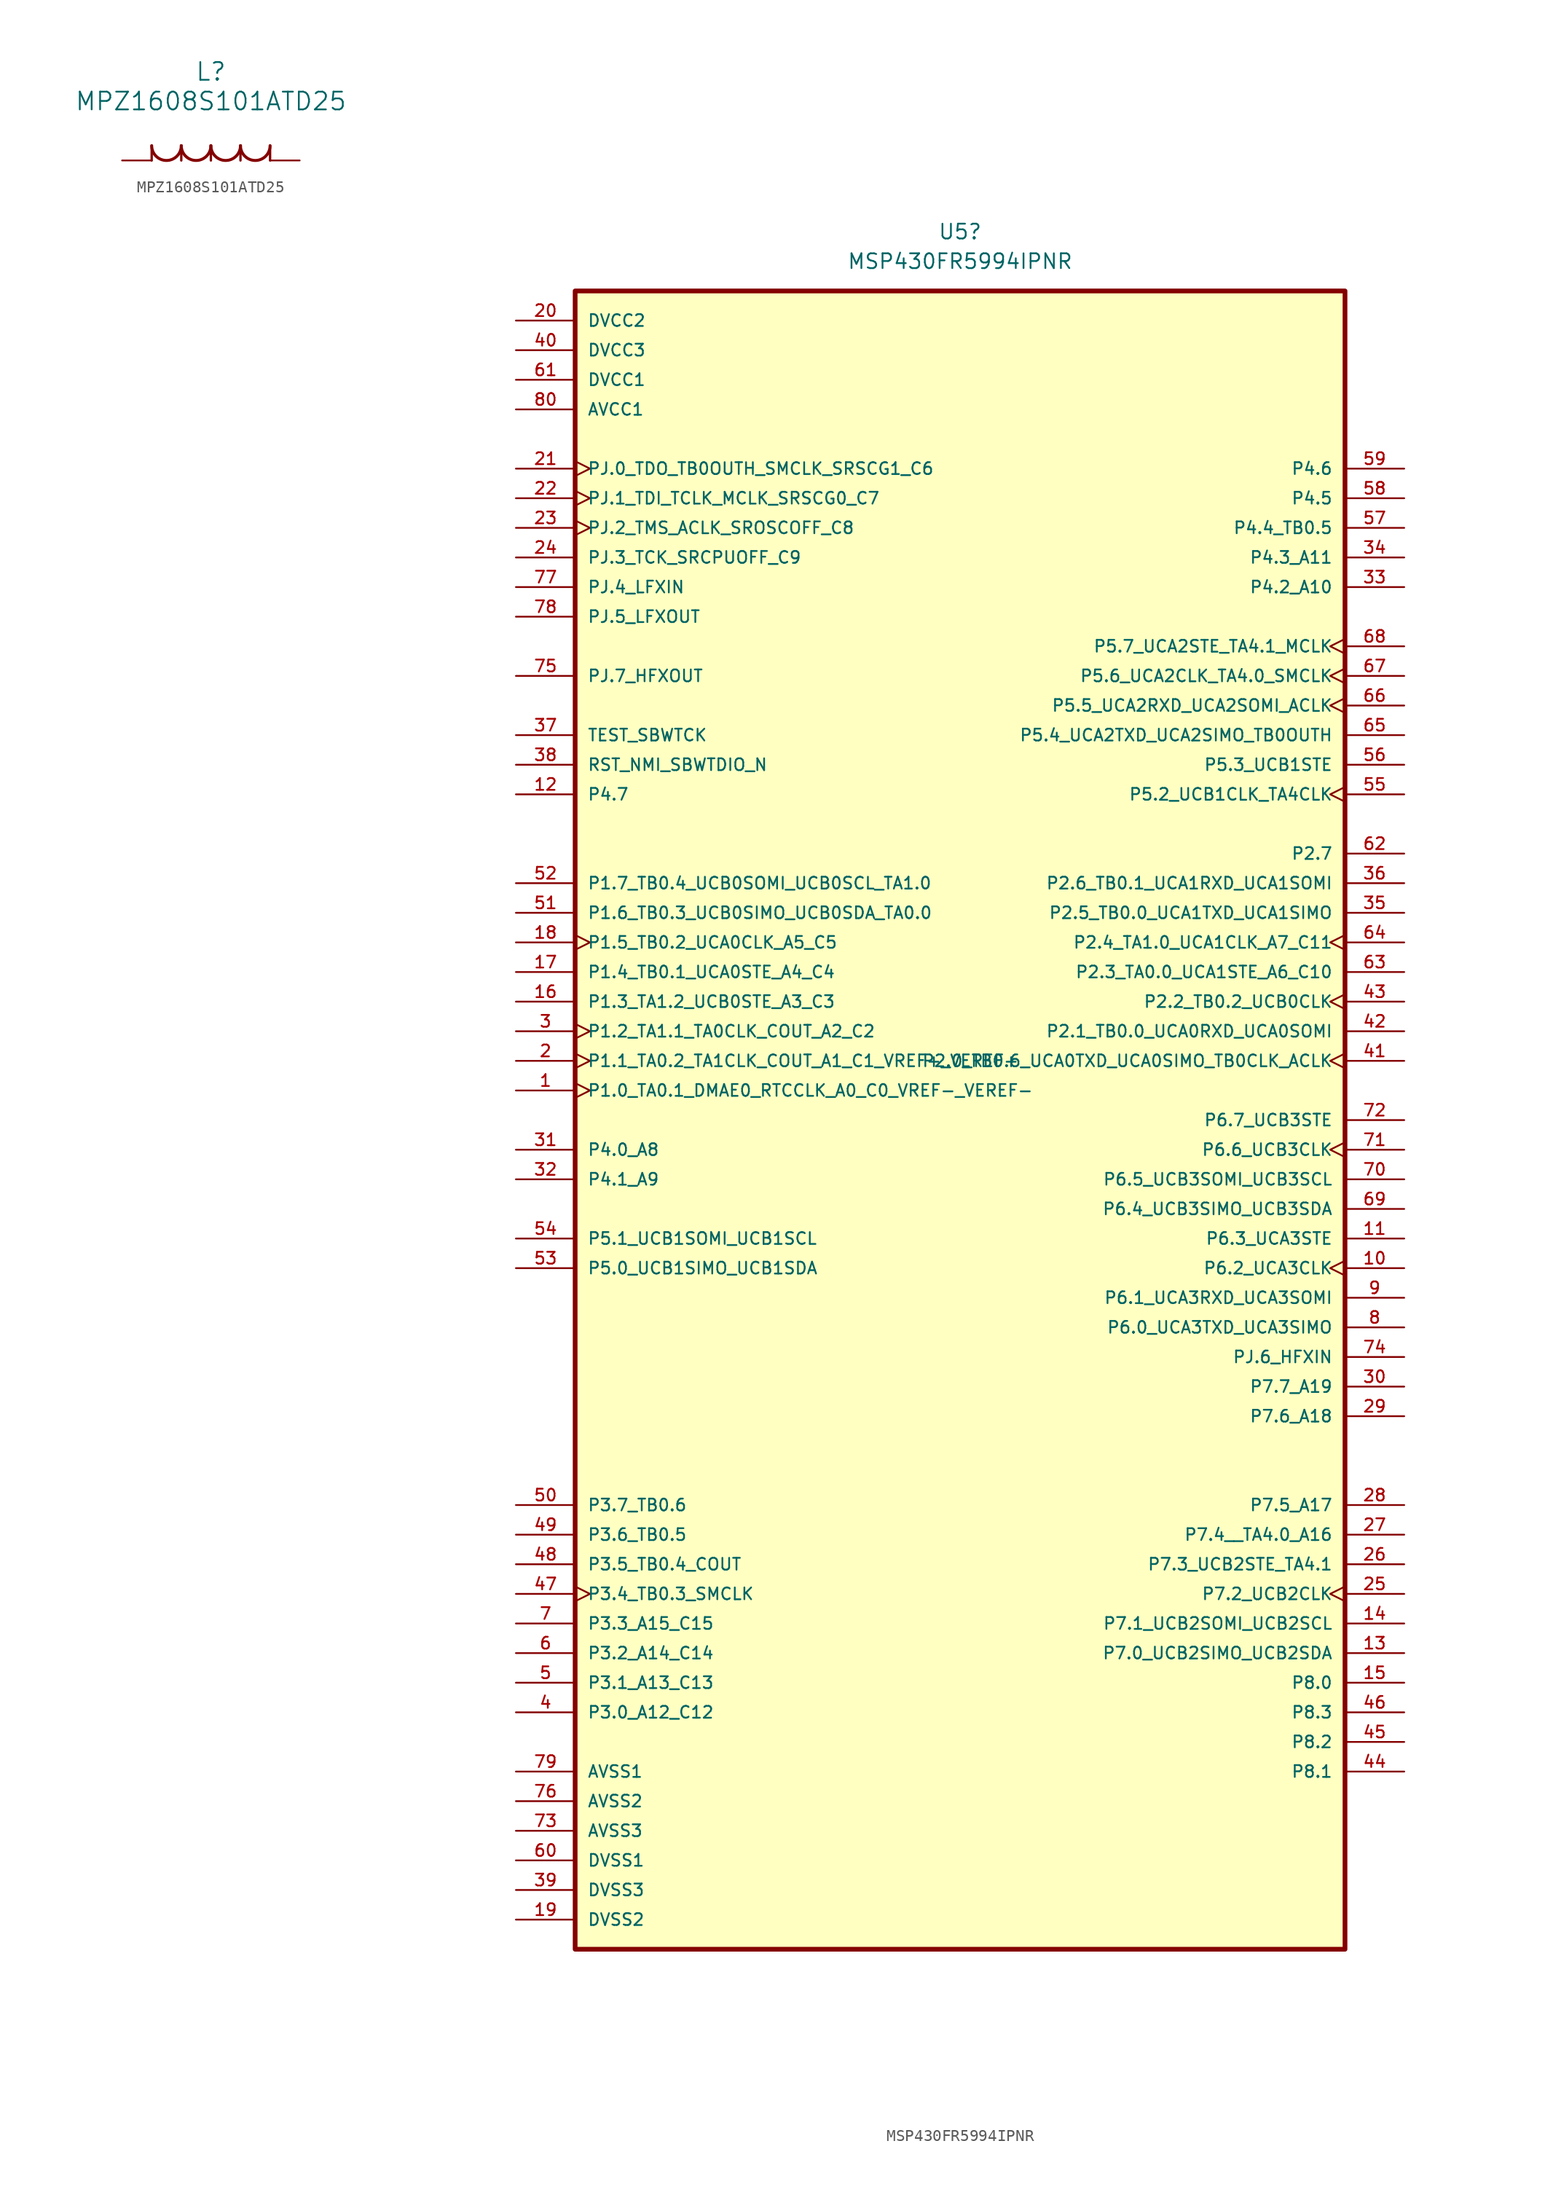
<source format=kicad_sym>
(kicad_symbol_lib
  (version 20220914)
  (generator kicad_symbol_editor)
  (symbol "MPZ1608S101ATD25"
    (pin_numbers hide)
    (pin_names
      (offset 1.651) hide)
    (property "Reference" "L"
      (at 7.62 7.62 0)
      (effects (font (size 1.524 1.524))))
    (property "Value" "MPZ1608S101ATD25"
      (at 7.62 5.08 0)
      (effects (font (size 1.524 1.524))))
    (property "Datasheet" ""
      (at 0 0 0)
      (effects (font (size 1.524 1.524))))
    (symbol "MPZ1608S101ATD25_1_1"
      (polyline (pts (xy 2.54 0) (xy 2.54 1.27)) (stroke (width 0.203) (type default)) (fill (type none)))
      (polyline (pts (xy 5.08 0) (xy 5.08 1.27)) (stroke (width 0.203) (type default)) (fill (type none)))
      (polyline (pts (xy 7.62 0) (xy 7.62 1.27)) (stroke (width 0.203) (type default)) (fill (type none)))
      (polyline (pts (xy 10.16 0) (xy 10.16 1.27)) (stroke (width 0.203) (type default)) (fill (type none)))
      (polyline (pts (xy 12.7 0) (xy 12.7 1.27)) (stroke (width 0.203) (type default)) (fill (type none)))
      (arc (start 2.54 1.27) (mid 3.81 0.0055) (end 5.08 1.27) (stroke (width 0.254) (type default)) (fill (type none)))
      (arc (start 5.08 1.27) (mid 6.35 0.0055) (end 7.62 1.27) (stroke (width 0.254) (type default)) (fill (type none)))
      (arc (start 7.62 1.27) (mid 8.89 0.0055) (end 10.16 1.27) (stroke (width 0.254) (type default)) (fill (type none)))
      (arc (start 10.16 1.27) (mid 11.43 0.0055) (end 12.7 1.27) (stroke (width 0.254) (type default)) (fill (type none)))
      (pin passive line (at 15.24 0 180) (length 2.54) (name "1" (effects (font (size 1.499 1.499)))) (number "1" (effects (font (size 1.499 1.499)))))
      (pin passive line (at 0 0 0) (length 2.54) (name "2" (effects (font (size 1.499 1.499)))) (number "2" (effects (font (size 1.499 1.499)))))))
  (symbol "MSP430FR5994IPNR"
    (pin_names
      (offset 1.016))
    (property "Reference" "U5"
      (at 0 71.12 0)
      (effects (font (size 1.27 1.27))))
    (property "Value" "MSP430FR5994IPNR"
      (at 0 68.58 0)
      (effects (font (size 1.27 1.27))))
    (symbol "MSP430FR5994IPNR_0_0"
      (rectangle (start -33.02 66.04) (end 33.02 -76.2) (stroke (width 0.406) (type default)) (fill (type background)))
      (pin bidirectional clock (at -38.1 -2.54 0) (length 5.08) (name "P1.0_TA0.1_DMAE0_RTCCLK_A0_C0_VREF-_VEREF-" (effects (font (size 1.016 1.016)))) (number "1" (effects (font (size 1.016 1.016)))))
      (pin bidirectional clock (at 38.1 -17.78 180) (length 5.08) (name "P6.2_UCA3CLK" (effects (font (size 1.016 1.016)))) (number "10" (effects (font (size 1.016 1.016)))))
      (pin bidirectional line (at 38.1 -15.24 180) (length 5.08) (name "P6.3_UCA3STE" (effects (font (size 1.016 1.016)))) (number "11" (effects (font (size 1.016 1.016)))))
      (pin bidirectional line (at -38.1 22.86 0) (length 5.08) (name "P4.7" (effects (font (size 1.016 1.016)))) (number "12" (effects (font (size 1.016 1.016)))))
      (pin bidirectional line (at 38.1 -50.8 180) (length 5.08) (name "P7.0_UCB2SIMO_UCB2SDA" (effects (font (size 1.016 1.016)))) (number "13" (effects (font (size 1.016 1.016)))))
      (pin bidirectional line (at 38.1 -48.26 180) (length 5.08) (name "P7.1_UCB2SOMI_UCB2SCL" (effects (font (size 1.016 1.016)))) (number "14" (effects (font (size 1.016 1.016)))))
      (pin bidirectional line (at 38.1 -53.34 180) (length 5.08) (name "P8.0" (effects (font (size 1.016 1.016)))) (number "15" (effects (font (size 1.016 1.016)))))
      (pin bidirectional line (at -38.1 5.08 0) (length 5.08) (name "P1.3_TA1.2_UCB0STE_A3_C3" (effects (font (size 1.016 1.016)))) (number "16" (effects (font (size 1.016 1.016)))))
      (pin bidirectional line (at -38.1 7.62 0) (length 5.08) (name "P1.4_TB0.1_UCA0STE_A4_C4" (effects (font (size 1.016 1.016)))) (number "17" (effects (font (size 1.016 1.016)))))
      (pin bidirectional clock (at -38.1 10.16 0) (length 5.08) (name "P1.5_TB0.2_UCA0CLK_A5_C5" (effects (font (size 1.016 1.016)))) (number "18" (effects (font (size 1.016 1.016)))))
      (pin power_in line (at -38.1 -73.66 0) (length 5.08) (name "DVSS2" (effects (font (size 1.016 1.016)))) (number "19" (effects (font (size 1.016 1.016)))))
      (pin bidirectional clock (at -38.1 0 0) (length 5.08) (name "P1.1_TA0.2_TA1CLK_COUT_A1_C1_VREF+_VEREF+" (effects (font (size 1.016 1.016)))) (number "2" (effects (font (size 1.016 1.016)))))
      (pin power_in line (at -38.1 63.5 0) (length 5.08) (name "DVCC2" (effects (font (size 1.016 1.016)))) (number "20" (effects (font (size 1.016 1.016)))))
      (pin bidirectional clock (at -38.1 50.8 0) (length 5.08) (name "PJ.0_TDO_TB0OUTH_SMCLK_SRSCG1_C6" (effects (font (size 1.016 1.016)))) (number "21" (effects (font (size 1.016 1.016)))))
      (pin bidirectional clock (at -38.1 48.26 0) (length 5.08) (name "PJ.1_TDI_TCLK_MCLK_SRSCG0_C7" (effects (font (size 1.016 1.016)))) (number "22" (effects (font (size 1.016 1.016)))))
      (pin bidirectional clock (at -38.1 45.72 0) (length 5.08) (name "PJ.2_TMS_ACLK_SROSCOFF_C8" (effects (font (size 1.016 1.016)))) (number "23" (effects (font (size 1.016 1.016)))))
      (pin bidirectional line (at -38.1 43.18 0) (length 5.08) (name "PJ.3_TCK_SRCPUOFF_C9" (effects (font (size 1.016 1.016)))) (number "24" (effects (font (size 1.016 1.016)))))
      (pin bidirectional clock (at 38.1 -45.72 180) (length 5.08) (name "P7.2_UCB2CLK" (effects (font (size 1.016 1.016)))) (number "25" (effects (font (size 1.016 1.016)))))
      (pin bidirectional line (at 38.1 -43.18 180) (length 5.08) (name "P7.3_UCB2STE_TA4.1" (effects (font (size 1.016 1.016)))) (number "26" (effects (font (size 1.016 1.016)))))
      (pin bidirectional line (at 38.1 -40.64 180) (length 5.08) (name "P7.4__TA4.0_A16" (effects (font (size 1.016 1.016)))) (number "27" (effects (font (size 1.016 1.016)))))
      (pin bidirectional line (at 38.1 -38.1 180) (length 5.08) (name "P7.5_A17" (effects (font (size 1.016 1.016)))) (number "28" (effects (font (size 1.016 1.016)))))
      (pin bidirectional line (at 38.1 -30.48 180) (length 5.08) (name "P7.6_A18" (effects (font (size 1.016 1.016)))) (number "29" (effects (font (size 1.016 1.016)))))
      (pin bidirectional clock (at -38.1 2.54 0) (length 5.08) (name "P1.2_TA1.1_TA0CLK_COUT_A2_C2" (effects (font (size 1.016 1.016)))) (number "3" (effects (font (size 1.016 1.016)))))
      (pin bidirectional line (at 38.1 -27.94 180) (length 5.08) (name "P7.7_A19" (effects (font (size 1.016 1.016)))) (number "30" (effects (font (size 1.016 1.016)))))
      (pin bidirectional line (at -38.1 -7.62 0) (length 5.08) (name "P4.0_A8" (effects (font (size 1.016 1.016)))) (number "31" (effects (font (size 1.016 1.016)))))
      (pin bidirectional line (at -38.1 -10.16 0) (length 5.08) (name "P4.1_A9" (effects (font (size 1.016 1.016)))) (number "32" (effects (font (size 1.016 1.016)))))
      (pin bidirectional line (at 38.1 40.64 180) (length 5.08) (name "P4.2_A10" (effects (font (size 1.016 1.016)))) (number "33" (effects (font (size 1.016 1.016)))))
      (pin bidirectional line (at 38.1 43.18 180) (length 5.08) (name "P4.3_A11" (effects (font (size 1.016 1.016)))) (number "34" (effects (font (size 1.016 1.016)))))
      (pin bidirectional line (at 38.1 12.7 180) (length 5.08) (name "P2.5_TB0.0_UCA1TXD_UCA1SIMO" (effects (font (size 1.016 1.016)))) (number "35" (effects (font (size 1.016 1.016)))))
      (pin bidirectional line (at 38.1 15.24 180) (length 5.08) (name "P2.6_TB0.1_UCA1RXD_UCA1SOMI" (effects (font (size 1.016 1.016)))) (number "36" (effects (font (size 1.016 1.016)))))
      (pin input line (at -38.1 27.94 0) (length 5.08) (name "TEST_SBWTCK" (effects (font (size 1.016 1.016)))) (number "37" (effects (font (size 1.016 1.016)))))
      (pin bidirectional line (at -38.1 25.4 0) (length 5.08) (name "RST_NMI_SBWTDIO_N" (effects (font (size 1.016 1.016)))) (number "38" (effects (font (size 1.016 1.016)))))
      (pin power_in line (at -38.1 -71.12 0) (length 5.08) (name "DVSS3" (effects (font (size 1.016 1.016)))) (number "39" (effects (font (size 1.016 1.016)))))
      (pin bidirectional line (at -38.1 -55.88 0) (length 5.08) (name "P3.0_A12_C12" (effects (font (size 1.016 1.016)))) (number "4" (effects (font (size 1.016 1.016)))))
      (pin power_in line (at -38.1 60.96 0) (length 5.08) (name "DVCC3" (effects (font (size 1.016 1.016)))) (number "40" (effects (font (size 1.016 1.016)))))
      (pin bidirectional clock (at 38.1 0 180) (length 5.08) (name "P2.0_TB0.6_UCA0TXD_UCA0SIMO_TB0CLK_ACLK" (effects (font (size 1.016 1.016)))) (number "41" (effects (font (size 1.016 1.016)))))
      (pin bidirectional line (at 38.1 2.54 180) (length 5.08) (name "P2.1_TB0.0_UCA0RXD_UCA0SOMI" (effects (font (size 1.016 1.016)))) (number "42" (effects (font (size 1.016 1.016)))))
      (pin bidirectional clock (at 38.1 5.08 180) (length 5.08) (name "P2.2_TB0.2_UCB0CLK" (effects (font (size 1.016 1.016)))) (number "43" (effects (font (size 1.016 1.016)))))
      (pin bidirectional line (at 38.1 -60.96 180) (length 5.08) (name "P8.1" (effects (font (size 1.016 1.016)))) (number "44" (effects (font (size 1.016 1.016)))))
      (pin bidirectional line (at 38.1 -58.42 180) (length 5.08) (name "P8.2" (effects (font (size 1.016 1.016)))) (number "45" (effects (font (size 1.016 1.016)))))
      (pin bidirectional line (at 38.1 -55.88 180) (length 5.08) (name "P8.3" (effects (font (size 1.016 1.016)))) (number "46" (effects (font (size 1.016 1.016)))))
      (pin bidirectional clock (at -38.1 -45.72 0) (length 5.08) (name "P3.4_TB0.3_SMCLK" (effects (font (size 1.016 1.016)))) (number "47" (effects (font (size 1.016 1.016)))))
      (pin bidirectional line (at -38.1 -43.18 0) (length 5.08) (name "P3.5_TB0.4_COUT" (effects (font (size 1.016 1.016)))) (number "48" (effects (font (size 1.016 1.016)))))
      (pin bidirectional line (at -38.1 -40.64 0) (length 5.08) (name "P3.6_TB0.5" (effects (font (size 1.016 1.016)))) (number "49" (effects (font (size 1.016 1.016)))))
      (pin bidirectional line (at -38.1 -53.34 0) (length 5.08) (name "P3.1_A13_C13" (effects (font (size 1.016 1.016)))) (number "5" (effects (font (size 1.016 1.016)))))
      (pin bidirectional line (at -38.1 -38.1 0) (length 5.08) (name "P3.7_TB0.6" (effects (font (size 1.016 1.016)))) (number "50" (effects (font (size 1.016 1.016)))))
      (pin bidirectional line (at -38.1 12.7 0) (length 5.08) (name "P1.6_TB0.3_UCB0SIMO_UCB0SDA_TA0.0" (effects (font (size 1.016 1.016)))) (number "51" (effects (font (size 1.016 1.016)))))
      (pin bidirectional line (at -38.1 15.24 0) (length 5.08) (name "P1.7_TB0.4_UCB0SOMI_UCB0SCL_TA1.0" (effects (font (size 1.016 1.016)))) (number "52" (effects (font (size 1.016 1.016)))))
      (pin bidirectional line (at -38.1 -17.78 0) (length 5.08) (name "P5.0_UCB1SIMO_UCB1SDA" (effects (font (size 1.016 1.016)))) (number "53" (effects (font (size 1.016 1.016)))))
      (pin bidirectional line (at -38.1 -15.24 0) (length 5.08) (name "P5.1_UCB1SOMI_UCB1SCL" (effects (font (size 1.016 1.016)))) (number "54" (effects (font (size 1.016 1.016)))))
      (pin bidirectional clock (at 38.1 22.86 180) (length 5.08) (name "P5.2_UCB1CLK_TA4CLK" (effects (font (size 1.016 1.016)))) (number "55" (effects (font (size 1.016 1.016)))))
      (pin bidirectional line (at 38.1 25.4 180) (length 5.08) (name "P5.3_UCB1STE" (effects (font (size 1.016 1.016)))) (number "56" (effects (font (size 1.016 1.016)))))
      (pin bidirectional line (at 38.1 45.72 180) (length 5.08) (name "P4.4_TB0.5" (effects (font (size 1.016 1.016)))) (number "57" (effects (font (size 1.016 1.016)))))
      (pin bidirectional line (at 38.1 48.26 180) (length 5.08) (name "P4.5" (effects (font (size 1.016 1.016)))) (number "58" (effects (font (size 1.016 1.016)))))
      (pin bidirectional line (at 38.1 50.8 180) (length 5.08) (name "P4.6" (effects (font (size 1.016 1.016)))) (number "59" (effects (font (size 1.016 1.016)))))
      (pin bidirectional line (at -38.1 -50.8 0) (length 5.08) (name "P3.2_A14_C14" (effects (font (size 1.016 1.016)))) (number "6" (effects (font (size 1.016 1.016)))))
      (pin power_in line (at -38.1 -68.58 0) (length 5.08) (name "DVSS1" (effects (font (size 1.016 1.016)))) (number "60" (effects (font (size 1.016 1.016)))))
      (pin power_in line (at -38.1 58.42 0) (length 5.08) (name "DVCC1" (effects (font (size 1.016 1.016)))) (number "61" (effects (font (size 1.016 1.016)))))
      (pin bidirectional line (at 38.1 17.78 180) (length 5.08) (name "P2.7" (effects (font (size 1.016 1.016)))) (number "62" (effects (font (size 1.016 1.016)))))
      (pin bidirectional line (at 38.1 7.62 180) (length 5.08) (name "P2.3_TA0.0_UCA1STE_A6_C10" (effects (font (size 1.016 1.016)))) (number "63" (effects (font (size 1.016 1.016)))))
      (pin bidirectional clock (at 38.1 10.16 180) (length 5.08) (name "P2.4_TA1.0_UCA1CLK_A7_C11" (effects (font (size 1.016 1.016)))) (number "64" (effects (font (size 1.016 1.016)))))
      (pin bidirectional line (at 38.1 27.94 180) (length 5.08) (name "P5.4_UCA2TXD_UCA2SIMO_TB0OUTH" (effects (font (size 1.016 1.016)))) (number "65" (effects (font (size 1.016 1.016)))))
      (pin bidirectional clock (at 38.1 30.48 180) (length 5.08) (name "P5.5_UCA2RXD_UCA2SOMI_ACLK" (effects (font (size 1.016 1.016)))) (number "66" (effects (font (size 1.016 1.016)))))
      (pin bidirectional clock (at 38.1 33.02 180) (length 5.08) (name "P5.6_UCA2CLK_TA4.0_SMCLK" (effects (font (size 1.016 1.016)))) (number "67" (effects (font (size 1.016 1.016)))))
      (pin bidirectional clock (at 38.1 35.56 180) (length 5.08) (name "P5.7_UCA2STE_TA4.1_MCLK" (effects (font (size 1.016 1.016)))) (number "68" (effects (font (size 1.016 1.016)))))
      (pin bidirectional line (at 38.1 -12.7 180) (length 5.08) (name "P6.4_UCB3SIMO_UCB3SDA" (effects (font (size 1.016 1.016)))) (number "69" (effects (font (size 1.016 1.016)))))
      (pin bidirectional line (at -38.1 -48.26 0) (length 5.08) (name "P3.3_A15_C15" (effects (font (size 1.016 1.016)))) (number "7" (effects (font (size 1.016 1.016)))))
      (pin bidirectional line (at 38.1 -10.16 180) (length 5.08) (name "P6.5_UCB3SOMI_UCB3SCL" (effects (font (size 1.016 1.016)))) (number "70" (effects (font (size 1.016 1.016)))))
      (pin bidirectional clock (at 38.1 -7.62 180) (length 5.08) (name "P6.6_UCB3CLK" (effects (font (size 1.016 1.016)))) (number "71" (effects (font (size 1.016 1.016)))))
      (pin bidirectional line (at 38.1 -5.08 180) (length 5.08) (name "P6.7_UCB3STE" (effects (font (size 1.016 1.016)))) (number "72" (effects (font (size 1.016 1.016)))))
      (pin power_in line (at -38.1 -66.04 0) (length 5.08) (name "AVSS3" (effects (font (size 1.016 1.016)))) (number "73" (effects (font (size 1.016 1.016)))))
      (pin input line (at 38.1 -25.4 180) (length 5.08) (name "PJ.6_HFXIN" (effects (font (size 1.016 1.016)))) (number "74" (effects (font (size 1.016 1.016)))))
      (pin bidirectional line (at -38.1 33.02 0) (length 5.08) (name "PJ.7_HFXOUT" (effects (font (size 1.016 1.016)))) (number "75" (effects (font (size 1.016 1.016)))))
      (pin power_in line (at -38.1 -63.5 0) (length 5.08) (name "AVSS2" (effects (font (size 1.016 1.016)))) (number "76" (effects (font (size 1.016 1.016)))))
      (pin input line (at -38.1 40.64 0) (length 5.08) (name "PJ.4_LFXIN" (effects (font (size 1.016 1.016)))) (number "77" (effects (font (size 1.016 1.016)))))
      (pin bidirectional line (at -38.1 38.1 0) (length 5.08) (name "PJ.5_LFXOUT" (effects (font (size 1.016 1.016)))) (number "78" (effects (font (size 1.016 1.016)))))
      (pin power_in line (at -38.1 -60.96 0) (length 5.08) (name "AVSS1" (effects (font (size 1.016 1.016)))) (number "79" (effects (font (size 1.016 1.016)))))
      (pin bidirectional line (at 38.1 -22.86 180) (length 5.08) (name "P6.0_UCA3TXD_UCA3SIMO" (effects (font (size 1.016 1.016)))) (number "8" (effects (font (size 1.016 1.016)))))
      (pin power_in line (at -38.1 55.88 0) (length 5.08) (name "AVCC1" (effects (font (size 1.016 1.016)))) (number "80" (effects (font (size 1.016 1.016)))))
      (pin bidirectional line (at 38.1 -20.32 180) (length 5.08) (name "P6.1_UCA3RXD_UCA3SOMI" (effects (font (size 1.016 1.016)))) (number "9" (effects (font (size 1.016 1.016))))))))
</source>
